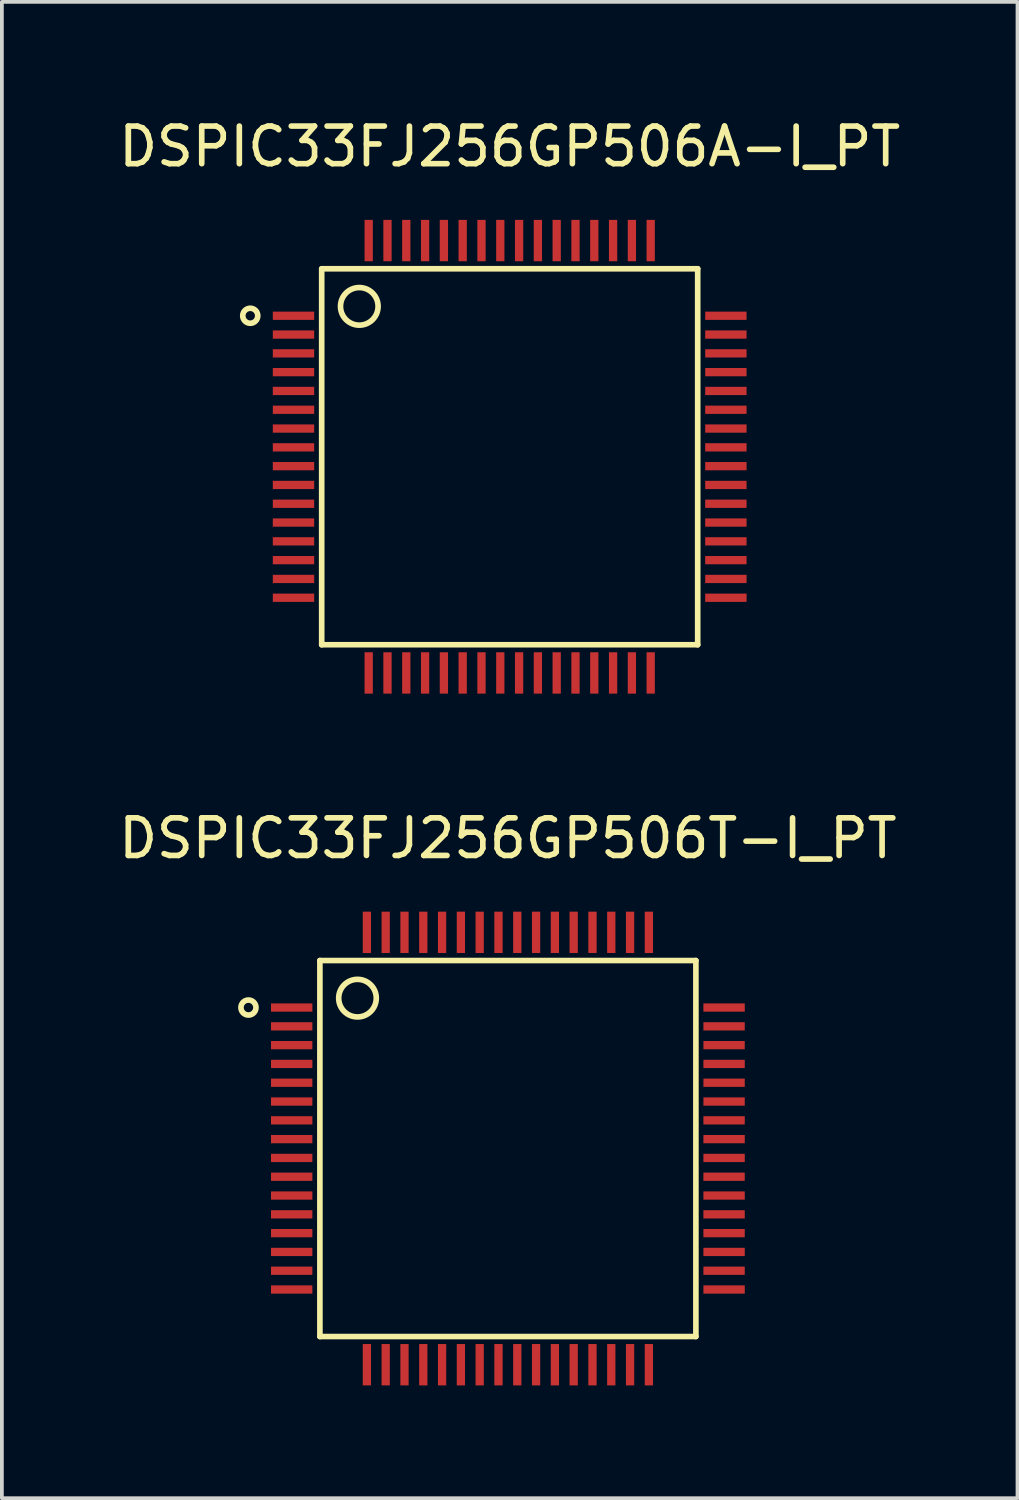
<source format=kicad_pcb>
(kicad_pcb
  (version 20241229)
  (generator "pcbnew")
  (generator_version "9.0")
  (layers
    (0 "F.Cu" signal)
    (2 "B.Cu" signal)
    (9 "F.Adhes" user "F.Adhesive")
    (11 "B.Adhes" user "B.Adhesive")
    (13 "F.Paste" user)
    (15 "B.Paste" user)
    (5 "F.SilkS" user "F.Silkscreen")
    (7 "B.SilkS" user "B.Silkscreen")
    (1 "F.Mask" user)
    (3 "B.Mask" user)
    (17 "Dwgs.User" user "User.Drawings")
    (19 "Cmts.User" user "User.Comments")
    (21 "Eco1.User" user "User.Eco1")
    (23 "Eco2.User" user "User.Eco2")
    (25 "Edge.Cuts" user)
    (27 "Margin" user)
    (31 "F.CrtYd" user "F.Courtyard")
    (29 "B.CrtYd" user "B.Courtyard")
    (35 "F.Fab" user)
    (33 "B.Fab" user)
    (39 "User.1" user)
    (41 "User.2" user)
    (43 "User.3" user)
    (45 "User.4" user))
  (footprint "DSPIC33FJ256GP506A-I_PT"
    (layer "F.Cu")
    (at 4.756 3.348)
    (property "Reference" "DSPIC33FJ256GP506A-I_PT" (at 5.75 -2.5 0) (layer "F.SilkS") (effects (font (size 1 1) (thickness 0.15))))
    (attr through_hole)
    (fp_line (start 0.75 0.75) (end 0.75 10.75) (stroke (width 0.15) (type solid)) (layer "F.SilkS"))
    (fp_line (start 0.75 0.75) (end 10.75 0.75) (stroke (width 0.15) (type solid)) (layer "F.SilkS"))
    (fp_line (start 0.75 10.75) (end 10.75 10.75) (stroke (width 0.15) (type solid)) (layer "F.SilkS"))
    (fp_line (start 10.75 10.75) (end 10.75 0.75) (stroke (width 0.15) (type solid)) (layer "F.SilkS"))
    (fp_circle (center -1.15 2) (end -1.15 1.8) (stroke (width 0.15) (type solid)) (fill no) (layer "F.SilkS"))
    (fp_circle (center 1.75 1.75) (end 1.75 1.25) (stroke (width 0.15) (type solid)) (fill no) (layer "F.SilkS"))
    (pad "1" smd rect (at 0 2) (size 1.1 0.22) (layers "F.Cu" "F.Mask" "F.Paste"))
    (pad "2" smd rect (at 0 2.5) (size 1.1 0.22) (layers "F.Cu" "F.Mask" "F.Paste"))
    (pad "3" smd rect (at 0 3) (size 1.1 0.22) (layers "F.Cu" "F.Mask" "F.Paste"))
    (pad "4" smd rect (at 0 3.5) (size 1.1 0.22) (layers "F.Cu" "F.Mask" "F.Paste"))
    (pad "5" smd rect (at 0 4) (size 1.1 0.22) (layers "F.Cu" "F.Mask" "F.Paste"))
    (pad "6" smd rect (at 0 4.5) (size 1.1 0.22) (layers "F.Cu" "F.Mask" "F.Paste"))
    (pad "7" smd rect (at 0 5) (size 1.1 0.22) (layers "F.Cu" "F.Mask" "F.Paste"))
    (pad "8" smd rect (at 0 5.5) (size 1.1 0.22) (layers "F.Cu" "F.Mask" "F.Paste"))
    (pad "9" smd rect (at 0 6) (size 1.1 0.22) (layers "F.Cu" "F.Mask" "F.Paste"))
    (pad "10" smd rect (at 0 6.5) (size 1.1 0.22) (layers "F.Cu" "F.Mask" "F.Paste"))
    (pad "11" smd rect (at 0 7) (size 1.1 0.22) (layers "F.Cu" "F.Mask" "F.Paste"))
    (pad "12" smd rect (at 0 7.5) (size 1.1 0.22) (layers "F.Cu" "F.Mask" "F.Paste"))
    (pad "13" smd rect (at 0 8) (size 1.1 0.22) (layers "F.Cu" "F.Mask" "F.Paste"))
    (pad "14" smd rect (at 0 8.5) (size 1.1 0.22) (layers "F.Cu" "F.Mask" "F.Paste"))
    (pad "15" smd rect (at 0 9) (size 1.1 0.22) (layers "F.Cu" "F.Mask" "F.Paste"))
    (pad "16" smd rect (at 0 9.5) (size 1.1 0.22) (layers "F.Cu" "F.Mask" "F.Paste"))
    (pad "17" smd rect (at 2 11.5) (size 0.22 1.1) (layers "F.Cu" "F.Mask" "F.Paste"))
    (pad "18" smd rect (at 2.5 11.5) (size 0.22 1.1) (layers "F.Cu" "F.Mask" "F.Paste"))
    (pad "19" smd rect (at 3 11.5) (size 0.22 1.1) (layers "F.Cu" "F.Mask" "F.Paste"))
    (pad "20" smd rect (at 3.5 11.5) (size 0.22 1.1) (layers "F.Cu" "F.Mask" "F.Paste"))
    (pad "21" smd rect (at 4 11.5) (size 0.22 1.1) (layers "F.Cu" "F.Mask" "F.Paste"))
    (pad "22" smd rect (at 4.5 11.5) (size 0.22 1.1) (layers "F.Cu" "F.Mask" "F.Paste"))
    (pad "23" smd rect (at 5 11.5) (size 0.22 1.1) (layers "F.Cu" "F.Mask" "F.Paste"))
    (pad "24" smd rect (at 5.5 11.5) (size 0.22 1.1) (layers "F.Cu" "F.Mask" "F.Paste"))
    (pad "25" smd rect (at 6 11.5) (size 0.22 1.1) (layers "F.Cu" "F.Mask" "F.Paste"))
    (pad "26" smd rect (at 6.5 11.5) (size 0.22 1.1) (layers "F.Cu" "F.Mask" "F.Paste"))
    (pad "27" smd rect (at 7 11.5) (size 0.22 1.1) (layers "F.Cu" "F.Mask" "F.Paste"))
    (pad "28" smd rect (at 7.5 11.5) (size 0.22 1.1) (layers "F.Cu" "F.Mask" "F.Paste"))
    (pad "29" smd rect (at 8 11.5) (size 0.22 1.1) (layers "F.Cu" "F.Mask" "F.Paste"))
    (pad "30" smd rect (at 8.5 11.5) (size 0.22 1.1) (layers "F.Cu" "F.Mask" "F.Paste"))
    (pad "31" smd rect (at 9 11.5) (size 0.22 1.1) (layers "F.Cu" "F.Mask" "F.Paste"))
    (pad "32" smd rect (at 9.5 11.5) (size 0.22 1.1) (layers "F.Cu" "F.Mask" "F.Paste"))
    (pad "33" smd rect (at 11.5 9.5) (size 1.1 0.22) (layers "F.Cu" "F.Mask" "F.Paste"))
    (pad "34" smd rect (at 11.5 9) (size 1.1 0.22) (layers "F.Cu" "F.Mask" "F.Paste"))
    (pad "35" smd rect (at 11.5 8.5) (size 1.1 0.22) (layers "F.Cu" "F.Mask" "F.Paste"))
    (pad "36" smd rect (at 11.5 8) (size 1.1 0.22) (layers "F.Cu" "F.Mask" "F.Paste"))
    (pad "37" smd rect (at 11.5 7.5) (size 1.1 0.22) (layers "F.Cu" "F.Mask" "F.Paste"))
    (pad "38" smd rect (at 11.5 7) (size 1.1 0.22) (layers "F.Cu" "F.Mask" "F.Paste"))
    (pad "39" smd rect (at 11.5 6.5) (size 1.1 0.22) (layers "F.Cu" "F.Mask" "F.Paste"))
    (pad "40" smd rect (at 11.5 6) (size 1.1 0.22) (layers "F.Cu" "F.Mask" "F.Paste"))
    (pad "41" smd rect (at 11.5 5.5) (size 1.1 0.22) (layers "F.Cu" "F.Mask" "F.Paste"))
    (pad "42" smd rect (at 11.5 5) (size 1.1 0.22) (layers "F.Cu" "F.Mask" "F.Paste"))
    (pad "43" smd rect (at 11.5 4.5) (size 1.1 0.22) (layers "F.Cu" "F.Mask" "F.Paste"))
    (pad "44" smd rect (at 11.5 4) (size 1.1 0.22) (layers "F.Cu" "F.Mask" "F.Paste"))
    (pad "45" smd rect (at 11.5 3.5) (size 1.1 0.22) (layers "F.Cu" "F.Mask" "F.Paste"))
    (pad "46" smd rect (at 11.5 3) (size 1.1 0.22) (layers "F.Cu" "F.Mask" "F.Paste"))
    (pad "47" smd rect (at 11.5 2.5) (size 1.1 0.22) (layers "F.Cu" "F.Mask" "F.Paste"))
    (pad "48" smd rect (at 11.5 2) (size 1.1 0.22) (layers "F.Cu" "F.Mask" "F.Paste"))
    (pad "49" smd rect (at 9.5 0) (size 0.22 1.1) (layers "F.Cu" "F.Mask" "F.Paste"))
    (pad "50" smd rect (at 9 0) (size 0.22 1.1) (layers "F.Cu" "F.Mask" "F.Paste"))
    (pad "51" smd rect (at 8.5 0) (size 0.22 1.1) (layers "F.Cu" "F.Mask" "F.Paste"))
    (pad "52" smd rect (at 8 0) (size 0.22 1.1) (layers "F.Cu" "F.Mask" "F.Paste"))
    (pad "53" smd rect (at 7.5 0) (size 0.22 1.1) (layers "F.Cu" "F.Mask" "F.Paste"))
    (pad "54" smd rect (at 7 0) (size 0.22 1.1) (layers "F.Cu" "F.Mask" "F.Paste"))
    (pad "55" smd rect (at 6.5 0) (size 0.22 1.1) (layers "F.Cu" "F.Mask" "F.Paste"))
    (pad "56" smd rect (at 6 0) (size 0.22 1.1) (layers "F.Cu" "F.Mask" "F.Paste"))
    (pad "57" smd rect (at 5.5 0) (size 0.22 1.1) (layers "F.Cu" "F.Mask" "F.Paste"))
    (pad "58" smd rect (at 5 0) (size 0.22 1.1) (layers "F.Cu" "F.Mask" "F.Paste"))
    (pad "59" smd rect (at 4.5 0) (size 0.22 1.1) (layers "F.Cu" "F.Mask" "F.Paste"))
    (pad "60" smd rect (at 4 0) (size 0.22 1.1) (layers "F.Cu" "F.Mask" "F.Paste"))
    (pad "61" smd rect (at 3.5 0) (size 0.22 1.1) (layers "F.Cu" "F.Mask" "F.Paste"))
    (pad "62" smd rect (at 3 0) (size 0.22 1.1) (layers "F.Cu" "F.Mask" "F.Paste"))
    (pad "63" smd rect (at 2.5 0) (size 0.22 1.1) (layers "F.Cu" "F.Mask" "F.Paste"))
    (pad "64" smd rect (at 2 0) (size 0.22 1.1) (layers "F.Cu" "F.Mask" "F.Paste")))
  (footprint "DSPIC33FJ256GP506T-I_PT"
    (layer "F.Cu")
    (at 4.708 21.747)
    (property "Reference" "DSPIC33FJ256GP506T-I_PT" (at 5.75 -2.5 0) (layer "F.SilkS") (effects (font (size 1 1) (thickness 0.15))))
    (attr through_hole)
    (fp_line (start 0.75 0.75) (end 0.75 10.75) (stroke (width 0.15) (type solid)) (layer "F.SilkS"))
    (fp_line (start 0.75 0.75) (end 10.75 0.75) (stroke (width 0.15) (type solid)) (layer "F.SilkS"))
    (fp_line (start 0.75 10.75) (end 10.75 10.75) (stroke (width 0.15) (type solid)) (layer "F.SilkS"))
    (fp_line (start 10.75 10.75) (end 10.75 0.75) (stroke (width 0.15) (type solid)) (layer "F.SilkS"))
    (fp_circle (center -1.15 2) (end -1.15 1.8) (stroke (width 0.15) (type solid)) (fill no) (layer "F.SilkS"))
    (fp_circle (center 1.75 1.75) (end 1.75 1.25) (stroke (width 0.15) (type solid)) (fill no) (layer "F.SilkS"))
    (pad "1" smd rect (at 0 2) (size 1.1 0.22) (layers "F.Cu" "F.Mask" "F.Paste"))
    (pad "2" smd rect (at 0 2.5) (size 1.1 0.22) (layers "F.Cu" "F.Mask" "F.Paste"))
    (pad "3" smd rect (at 0 3) (size 1.1 0.22) (layers "F.Cu" "F.Mask" "F.Paste"))
    (pad "4" smd rect (at 0 3.5) (size 1.1 0.22) (layers "F.Cu" "F.Mask" "F.Paste"))
    (pad "5" smd rect (at 0 4) (size 1.1 0.22) (layers "F.Cu" "F.Mask" "F.Paste"))
    (pad "6" smd rect (at 0 4.5) (size 1.1 0.22) (layers "F.Cu" "F.Mask" "F.Paste"))
    (pad "7" smd rect (at 0 5) (size 1.1 0.22) (layers "F.Cu" "F.Mask" "F.Paste"))
    (pad "8" smd rect (at 0 5.5) (size 1.1 0.22) (layers "F.Cu" "F.Mask" "F.Paste"))
    (pad "9" smd rect (at 0 6) (size 1.1 0.22) (layers "F.Cu" "F.Mask" "F.Paste"))
    (pad "10" smd rect (at 0 6.5) (size 1.1 0.22) (layers "F.Cu" "F.Mask" "F.Paste"))
    (pad "11" smd rect (at 0 7) (size 1.1 0.22) (layers "F.Cu" "F.Mask" "F.Paste"))
    (pad "12" smd rect (at 0 7.5) (size 1.1 0.22) (layers "F.Cu" "F.Mask" "F.Paste"))
    (pad "13" smd rect (at 0 8) (size 1.1 0.22) (layers "F.Cu" "F.Mask" "F.Paste"))
    (pad "14" smd rect (at 0 8.5) (size 1.1 0.22) (layers "F.Cu" "F.Mask" "F.Paste"))
    (pad "15" smd rect (at 0 9) (size 1.1 0.22) (layers "F.Cu" "F.Mask" "F.Paste"))
    (pad "16" smd rect (at 0 9.5) (size 1.1 0.22) (layers "F.Cu" "F.Mask" "F.Paste"))
    (pad "17" smd rect (at 2 11.5) (size 0.22 1.1) (layers "F.Cu" "F.Mask" "F.Paste"))
    (pad "18" smd rect (at 2.5 11.5) (size 0.22 1.1) (layers "F.Cu" "F.Mask" "F.Paste"))
    (pad "19" smd rect (at 3 11.5) (size 0.22 1.1) (layers "F.Cu" "F.Mask" "F.Paste"))
    (pad "20" smd rect (at 3.5 11.5) (size 0.22 1.1) (layers "F.Cu" "F.Mask" "F.Paste"))
    (pad "21" smd rect (at 4 11.5) (size 0.22 1.1) (layers "F.Cu" "F.Mask" "F.Paste"))
    (pad "22" smd rect (at 4.5 11.5) (size 0.22 1.1) (layers "F.Cu" "F.Mask" "F.Paste"))
    (pad "23" smd rect (at 5 11.5) (size 0.22 1.1) (layers "F.Cu" "F.Mask" "F.Paste"))
    (pad "24" smd rect (at 5.5 11.5) (size 0.22 1.1) (layers "F.Cu" "F.Mask" "F.Paste"))
    (pad "25" smd rect (at 6 11.5) (size 0.22 1.1) (layers "F.Cu" "F.Mask" "F.Paste"))
    (pad "26" smd rect (at 6.5 11.5) (size 0.22 1.1) (layers "F.Cu" "F.Mask" "F.Paste"))
    (pad "27" smd rect (at 7 11.5) (size 0.22 1.1) (layers "F.Cu" "F.Mask" "F.Paste"))
    (pad "28" smd rect (at 7.5 11.5) (size 0.22 1.1) (layers "F.Cu" "F.Mask" "F.Paste"))
    (pad "29" smd rect (at 8 11.5) (size 0.22 1.1) (layers "F.Cu" "F.Mask" "F.Paste"))
    (pad "30" smd rect (at 8.5 11.5) (size 0.22 1.1) (layers "F.Cu" "F.Mask" "F.Paste"))
    (pad "31" smd rect (at 9 11.5) (size 0.22 1.1) (layers "F.Cu" "F.Mask" "F.Paste"))
    (pad "32" smd rect (at 9.5 11.5) (size 0.22 1.1) (layers "F.Cu" "F.Mask" "F.Paste"))
    (pad "33" smd rect (at 11.5 9.5) (size 1.1 0.22) (layers "F.Cu" "F.Mask" "F.Paste"))
    (pad "34" smd rect (at 11.5 9) (size 1.1 0.22) (layers "F.Cu" "F.Mask" "F.Paste"))
    (pad "35" smd rect (at 11.5 8.5) (size 1.1 0.22) (layers "F.Cu" "F.Mask" "F.Paste"))
    (pad "36" smd rect (at 11.5 8) (size 1.1 0.22) (layers "F.Cu" "F.Mask" "F.Paste"))
    (pad "37" smd rect (at 11.5 7.5) (size 1.1 0.22) (layers "F.Cu" "F.Mask" "F.Paste"))
    (pad "38" smd rect (at 11.5 7) (size 1.1 0.22) (layers "F.Cu" "F.Mask" "F.Paste"))
    (pad "39" smd rect (at 11.5 6.5) (size 1.1 0.22) (layers "F.Cu" "F.Mask" "F.Paste"))
    (pad "40" smd rect (at 11.5 6) (size 1.1 0.22) (layers "F.Cu" "F.Mask" "F.Paste"))
    (pad "41" smd rect (at 11.5 5.5) (size 1.1 0.22) (layers "F.Cu" "F.Mask" "F.Paste"))
    (pad "42" smd rect (at 11.5 5) (size 1.1 0.22) (layers "F.Cu" "F.Mask" "F.Paste"))
    (pad "43" smd rect (at 11.5 4.5) (size 1.1 0.22) (layers "F.Cu" "F.Mask" "F.Paste"))
    (pad "44" smd rect (at 11.5 4) (size 1.1 0.22) (layers "F.Cu" "F.Mask" "F.Paste"))
    (pad "45" smd rect (at 11.5 3.5) (size 1.1 0.22) (layers "F.Cu" "F.Mask" "F.Paste"))
    (pad "46" smd rect (at 11.5 3) (size 1.1 0.22) (layers "F.Cu" "F.Mask" "F.Paste"))
    (pad "47" smd rect (at 11.5 2.5) (size 1.1 0.22) (layers "F.Cu" "F.Mask" "F.Paste"))
    (pad "48" smd rect (at 11.5 2) (size 1.1 0.22) (layers "F.Cu" "F.Mask" "F.Paste"))
    (pad "49" smd rect (at 9.5 0) (size 0.22 1.1) (layers "F.Cu" "F.Mask" "F.Paste"))
    (pad "50" smd rect (at 9 0) (size 0.22 1.1) (layers "F.Cu" "F.Mask" "F.Paste"))
    (pad "51" smd rect (at 8.5 0) (size 0.22 1.1) (layers "F.Cu" "F.Mask" "F.Paste"))
    (pad "52" smd rect (at 8 0) (size 0.22 1.1) (layers "F.Cu" "F.Mask" "F.Paste"))
    (pad "53" smd rect (at 7.5 0) (size 0.22 1.1) (layers "F.Cu" "F.Mask" "F.Paste"))
    (pad "54" smd rect (at 7 0) (size 0.22 1.1) (layers "F.Cu" "F.Mask" "F.Paste"))
    (pad "55" smd rect (at 6.5 0) (size 0.22 1.1) (layers "F.Cu" "F.Mask" "F.Paste"))
    (pad "56" smd rect (at 6 0) (size 0.22 1.1) (layers "F.Cu" "F.Mask" "F.Paste"))
    (pad "57" smd rect (at 5.5 0) (size 0.22 1.1) (layers "F.Cu" "F.Mask" "F.Paste"))
    (pad "58" smd rect (at 5 0) (size 0.22 1.1) (layers "F.Cu" "F.Mask" "F.Paste"))
    (pad "59" smd rect (at 4.5 0) (size 0.22 1.1) (layers "F.Cu" "F.Mask" "F.Paste"))
    (pad "60" smd rect (at 4 0) (size 0.22 1.1) (layers "F.Cu" "F.Mask" "F.Paste"))
    (pad "61" smd rect (at 3.5 0) (size 0.22 1.1) (layers "F.Cu" "F.Mask" "F.Paste"))
    (pad "62" smd rect (at 3 0) (size 0.22 1.1) (layers "F.Cu" "F.Mask" "F.Paste"))
    (pad "63" smd rect (at 2.5 0) (size 0.22 1.1) (layers "F.Cu" "F.Mask" "F.Paste"))
    (pad "64" smd rect (at 2 0) (size 0.22 1.1) (layers "F.Cu" "F.Mask" "F.Paste")))
  (gr_rect
    (start -3 -3)
    (end 24.012 36.797)
    (stroke (width 0.1) (type default))
    (fill no)
    (layer "Edge.Cuts")))
</source>
